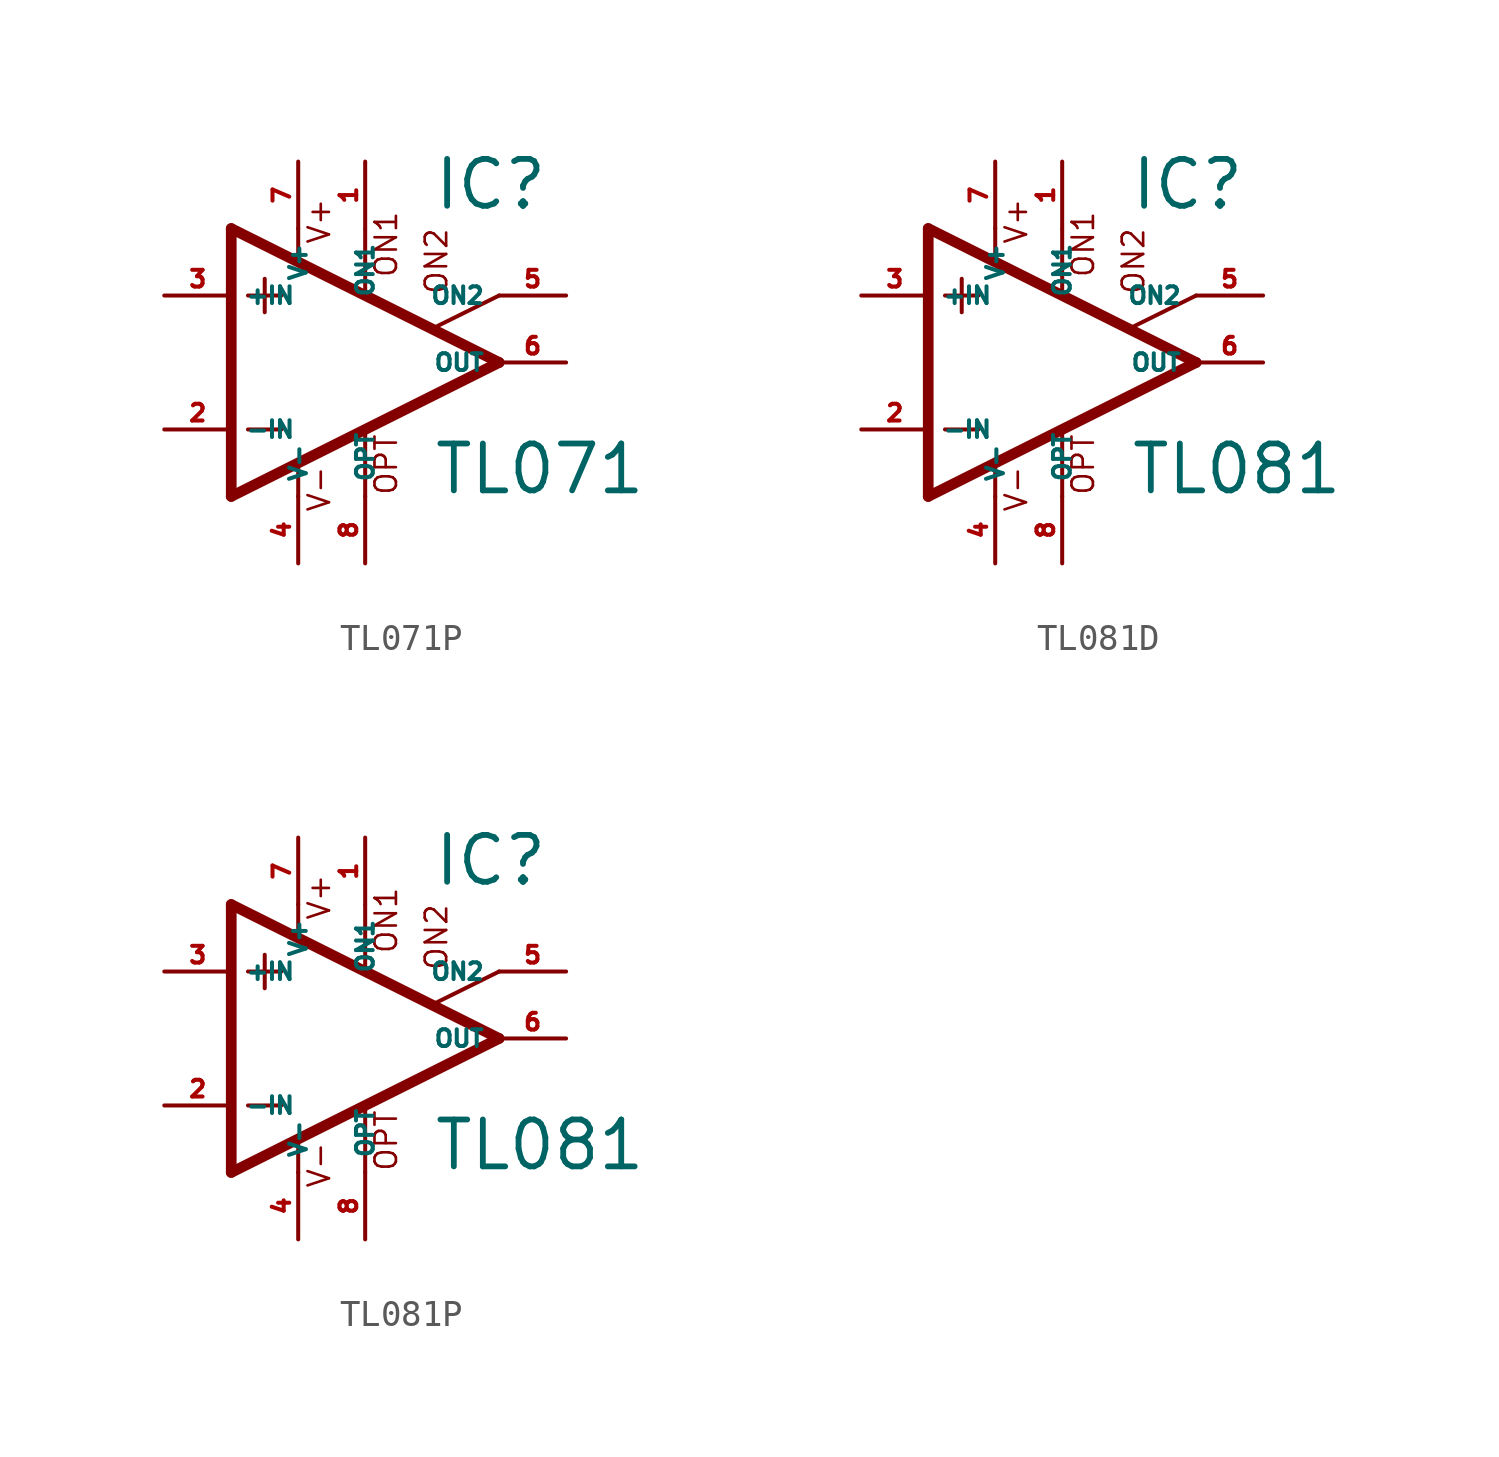
<source format=kicad_sym>
(kicad_symbol_lib
  (version 20220914)
  (generator Eagle2Kicad)
  (symbol "TL071P"
    (property "Reference" "IC"
      (at 2.54 5.715 0)
      (effects (font (size 1.778 1.778) (thickness 0.22)) (justify left bottom)))
    (property "Value" "TL071"
      (at 2.54 -5.08 0)
      (effects (font (size 1.778 1.778) (thickness 0.22)) (justify left bottom)))
    (polyline
      (pts (xy -3.81 3.175) (xy -3.81 1.905))
      (stroke (width 0.152) (type default))
      (fill (type none)))
    (polyline
      (pts (xy -4.445 2.54) (xy -3.175 2.54))
      (stroke (width 0.152) (type default))
      (fill (type none)))
    (polyline
      (pts (xy -4.445 -2.54) (xy -3.175 -2.54))
      (stroke (width 0.152) (type default))
      (fill (type none)))
    (polyline
      (pts (xy -2.54 5.08) (xy -2.54 3.886))
      (stroke (width 0.152) (type default))
      (fill (type none)))
    (polyline
      (pts (xy 0 5.055) (xy 0 2.616))
      (stroke (width 0.152) (type default))
      (fill (type none)))
    (polyline
      (pts (xy 0 -2.616) (xy 0 -5.08))
      (stroke (width 0.152) (type default))
      (fill (type none)))
    (polyline
      (pts (xy -2.54 -3.912) (xy -2.54 -5.08))
      (stroke (width 0.152) (type default))
      (fill (type none)))
    (polyline
      (pts (xy 5.08 2.54) (xy 2.616 1.321))
      (stroke (width 0.152) (type default))
      (fill (type none)))
    (polyline
      (pts (xy 5.08 0) (xy -5.08 5.08))
      (stroke (width 0.406) (type default))
      (fill (type none)))
    (polyline
      (pts (xy -5.08 5.08) (xy -5.08 -5.08))
      (stroke (width 0.406) (type default))
      (fill (type none)))
    (polyline
      (pts (xy -5.08 -5.08) (xy 5.08 0))
      (stroke (width 0.406) (type default))
      (fill (type none)))
    (text "ON1"
      (at 1.27 3.175 900)
      (effects (font (size 0.813 0.813) (thickness 0.10)) (justify left bottom)))
    (text "ON2"
      (at 3.175 2.54 900)
      (effects (font (size 0.813 0.813) (thickness 0.10)) (justify left bottom)))
    (text "OPT"
      (at 1.27 -5.08 900)
      (effects (font (size 0.813 0.813) (thickness 0.10)) (justify left bottom)))
    (text "V+"
      (at -1.27 4.445 900)
      (effects (font (size 0.813 0.813) (thickness 0.10)) (justify left bottom)))
    (text "V-"
      (at -1.27 -5.715 900)
      (effects (font (size 0.813 0.813) (thickness 0.10)) (justify left bottom)))
    (pin passive line
      (at 7.62 2.54 180)
      (length 2.54)
      (name "ON2" (effects (font (size 0.635 0.635) (thickness 0.08)) (justify left bottom)))
      (number "5" (effects (font (size 0.635 0.635) (thickness 0.08)) (justify left bottom))))
    (pin passive line
      (at 0 7.62 270)
      (length 2.54)
      (name "ON1" (effects (font (size 0.635 0.635) (thickness 0.08)) (justify left bottom)))
      (number "1" (effects (font (size 0.635 0.635) (thickness 0.08)) (justify left bottom))))
    (pin input line
      (at -7.62 -2.54 0)
      (length 2.54)
      (name "-IN" (effects (font (size 0.635 0.635) (thickness 0.08)) (justify left bottom)))
      (number "2" (effects (font (size 0.635 0.635) (thickness 0.08)) (justify left bottom))))
    (pin input line
      (at -7.62 2.54 0)
      (length 2.54)
      (name "+IN" (effects (font (size 0.635 0.635) (thickness 0.08)) (justify left bottom)))
      (number "3" (effects (font (size 0.635 0.635) (thickness 0.08)) (justify left bottom))))
    (pin output line
      (at 7.62 0 180)
      (length 2.54)
      (name "OUT" (effects (font (size 0.635 0.635) (thickness 0.08)) (justify left bottom)))
      (number "6" (effects (font (size 0.635 0.635) (thickness 0.08)) (justify left bottom))))
    (pin passive line
      (at 0 -7.62 90)
      (length 2.54)
      (name "OPT" (effects (font (size 0.635 0.635) (thickness 0.08)) (justify left bottom)))
      (number "8" (effects (font (size 0.635 0.635) (thickness 0.08)) (justify left bottom))))
    (pin unspecified line
      (at -2.54 7.62 270)
      (length 2.54)
      (name "V+" (effects (font (size 0.635 0.635) (thickness 0.08)) (justify left bottom)))
      (number "7" (effects (font (size 0.635 0.635) (thickness 0.08)) (justify left bottom))))
    (pin unspecified line
      (at -2.54 -7.62 90)
      (length 2.54)
      (name "V-" (effects (font (size 0.635 0.635) (thickness 0.08)) (justify left bottom)))
      (number "4" (effects (font (size 0.635 0.635) (thickness 0.08)) (justify left bottom)))))
  (symbol "TL081D"
    (property "Reference" "IC"
      (at 2.54 5.715 0)
      (effects (font (size 1.778 1.778) (thickness 0.22)) (justify left bottom)))
    (property "Value" "TL081"
      (at 2.54 -5.08 0)
      (effects (font (size 1.778 1.778) (thickness 0.22)) (justify left bottom)))
    (polyline
      (pts (xy -3.81 3.175) (xy -3.81 1.905))
      (stroke (width 0.152) (type default))
      (fill (type none)))
    (polyline
      (pts (xy -4.445 2.54) (xy -3.175 2.54))
      (stroke (width 0.152) (type default))
      (fill (type none)))
    (polyline
      (pts (xy -4.445 -2.54) (xy -3.175 -2.54))
      (stroke (width 0.152) (type default))
      (fill (type none)))
    (polyline
      (pts (xy -2.54 5.08) (xy -2.54 3.886))
      (stroke (width 0.152) (type default))
      (fill (type none)))
    (polyline
      (pts (xy 0 5.055) (xy 0 2.616))
      (stroke (width 0.152) (type default))
      (fill (type none)))
    (polyline
      (pts (xy 0 -2.616) (xy 0 -5.08))
      (stroke (width 0.152) (type default))
      (fill (type none)))
    (polyline
      (pts (xy -2.54 -3.912) (xy -2.54 -5.08))
      (stroke (width 0.152) (type default))
      (fill (type none)))
    (polyline
      (pts (xy 5.08 2.54) (xy 2.616 1.321))
      (stroke (width 0.152) (type default))
      (fill (type none)))
    (polyline
      (pts (xy 5.08 0) (xy -5.08 5.08))
      (stroke (width 0.406) (type default))
      (fill (type none)))
    (polyline
      (pts (xy -5.08 5.08) (xy -5.08 -5.08))
      (stroke (width 0.406) (type default))
      (fill (type none)))
    (polyline
      (pts (xy -5.08 -5.08) (xy 5.08 0))
      (stroke (width 0.406) (type default))
      (fill (type none)))
    (text "ON1"
      (at 1.27 3.175 900)
      (effects (font (size 0.813 0.813) (thickness 0.10)) (justify left bottom)))
    (text "ON2"
      (at 3.175 2.54 900)
      (effects (font (size 0.813 0.813) (thickness 0.10)) (justify left bottom)))
    (text "OPT"
      (at 1.27 -5.08 900)
      (effects (font (size 0.813 0.813) (thickness 0.10)) (justify left bottom)))
    (text "V+"
      (at -1.27 4.445 900)
      (effects (font (size 0.813 0.813) (thickness 0.10)) (justify left bottom)))
    (text "V-"
      (at -1.27 -5.715 900)
      (effects (font (size 0.813 0.813) (thickness 0.10)) (justify left bottom)))
    (pin passive line
      (at 7.62 2.54 180)
      (length 2.54)
      (name "ON2" (effects (font (size 0.635 0.635) (thickness 0.08)) (justify left bottom)))
      (number "5" (effects (font (size 0.635 0.635) (thickness 0.08)) (justify left bottom))))
    (pin passive line
      (at 0 7.62 270)
      (length 2.54)
      (name "ON1" (effects (font (size 0.635 0.635) (thickness 0.08)) (justify left bottom)))
      (number "1" (effects (font (size 0.635 0.635) (thickness 0.08)) (justify left bottom))))
    (pin input line
      (at -7.62 -2.54 0)
      (length 2.54)
      (name "-IN" (effects (font (size 0.635 0.635) (thickness 0.08)) (justify left bottom)))
      (number "2" (effects (font (size 0.635 0.635) (thickness 0.08)) (justify left bottom))))
    (pin input line
      (at -7.62 2.54 0)
      (length 2.54)
      (name "+IN" (effects (font (size 0.635 0.635) (thickness 0.08)) (justify left bottom)))
      (number "3" (effects (font (size 0.635 0.635) (thickness 0.08)) (justify left bottom))))
    (pin output line
      (at 7.62 0 180)
      (length 2.54)
      (name "OUT" (effects (font (size 0.635 0.635) (thickness 0.08)) (justify left bottom)))
      (number "6" (effects (font (size 0.635 0.635) (thickness 0.08)) (justify left bottom))))
    (pin passive line
      (at 0 -7.62 90)
      (length 2.54)
      (name "OPT" (effects (font (size 0.635 0.635) (thickness 0.08)) (justify left bottom)))
      (number "8" (effects (font (size 0.635 0.635) (thickness 0.08)) (justify left bottom))))
    (pin unspecified line
      (at -2.54 7.62 270)
      (length 2.54)
      (name "V+" (effects (font (size 0.635 0.635) (thickness 0.08)) (justify left bottom)))
      (number "7" (effects (font (size 0.635 0.635) (thickness 0.08)) (justify left bottom))))
    (pin unspecified line
      (at -2.54 -7.62 90)
      (length 2.54)
      (name "V-" (effects (font (size 0.635 0.635) (thickness 0.08)) (justify left bottom)))
      (number "4" (effects (font (size 0.635 0.635) (thickness 0.08)) (justify left bottom)))))
  (symbol "TL081P"
    (property "Reference" "IC"
      (at 2.54 5.715 0)
      (effects (font (size 1.778 1.778) (thickness 0.22)) (justify left bottom)))
    (property "Value" "TL081"
      (at 2.54 -5.08 0)
      (effects (font (size 1.778 1.778) (thickness 0.22)) (justify left bottom)))
    (polyline
      (pts (xy -3.81 3.175) (xy -3.81 1.905))
      (stroke (width 0.152) (type default))
      (fill (type none)))
    (polyline
      (pts (xy -4.445 2.54) (xy -3.175 2.54))
      (stroke (width 0.152) (type default))
      (fill (type none)))
    (polyline
      (pts (xy -4.445 -2.54) (xy -3.175 -2.54))
      (stroke (width 0.152) (type default))
      (fill (type none)))
    (polyline
      (pts (xy -2.54 5.08) (xy -2.54 3.886))
      (stroke (width 0.152) (type default))
      (fill (type none)))
    (polyline
      (pts (xy 0 5.055) (xy 0 2.616))
      (stroke (width 0.152) (type default))
      (fill (type none)))
    (polyline
      (pts (xy 0 -2.616) (xy 0 -5.08))
      (stroke (width 0.152) (type default))
      (fill (type none)))
    (polyline
      (pts (xy -2.54 -3.912) (xy -2.54 -5.08))
      (stroke (width 0.152) (type default))
      (fill (type none)))
    (polyline
      (pts (xy 5.08 2.54) (xy 2.616 1.321))
      (stroke (width 0.152) (type default))
      (fill (type none)))
    (polyline
      (pts (xy 5.08 0) (xy -5.08 5.08))
      (stroke (width 0.406) (type default))
      (fill (type none)))
    (polyline
      (pts (xy -5.08 5.08) (xy -5.08 -5.08))
      (stroke (width 0.406) (type default))
      (fill (type none)))
    (polyline
      (pts (xy -5.08 -5.08) (xy 5.08 0))
      (stroke (width 0.406) (type default))
      (fill (type none)))
    (text "ON1"
      (at 1.27 3.175 900)
      (effects (font (size 0.813 0.813) (thickness 0.10)) (justify left bottom)))
    (text "ON2"
      (at 3.175 2.54 900)
      (effects (font (size 0.813 0.813) (thickness 0.10)) (justify left bottom)))
    (text "OPT"
      (at 1.27 -5.08 900)
      (effects (font (size 0.813 0.813) (thickness 0.10)) (justify left bottom)))
    (text "V+"
      (at -1.27 4.445 900)
      (effects (font (size 0.813 0.813) (thickness 0.10)) (justify left bottom)))
    (text "V-"
      (at -1.27 -5.715 900)
      (effects (font (size 0.813 0.813) (thickness 0.10)) (justify left bottom)))
    (pin passive line
      (at 7.62 2.54 180)
      (length 2.54)
      (name "ON2" (effects (font (size 0.635 0.635) (thickness 0.08)) (justify left bottom)))
      (number "5" (effects (font (size 0.635 0.635) (thickness 0.08)) (justify left bottom))))
    (pin passive line
      (at 0 7.62 270)
      (length 2.54)
      (name "ON1" (effects (font (size 0.635 0.635) (thickness 0.08)) (justify left bottom)))
      (number "1" (effects (font (size 0.635 0.635) (thickness 0.08)) (justify left bottom))))
    (pin input line
      (at -7.62 -2.54 0)
      (length 2.54)
      (name "-IN" (effects (font (size 0.635 0.635) (thickness 0.08)) (justify left bottom)))
      (number "2" (effects (font (size 0.635 0.635) (thickness 0.08)) (justify left bottom))))
    (pin input line
      (at -7.62 2.54 0)
      (length 2.54)
      (name "+IN" (effects (font (size 0.635 0.635) (thickness 0.08)) (justify left bottom)))
      (number "3" (effects (font (size 0.635 0.635) (thickness 0.08)) (justify left bottom))))
    (pin output line
      (at 7.62 0 180)
      (length 2.54)
      (name "OUT" (effects (font (size 0.635 0.635) (thickness 0.08)) (justify left bottom)))
      (number "6" (effects (font (size 0.635 0.635) (thickness 0.08)) (justify left bottom))))
    (pin passive line
      (at 0 -7.62 90)
      (length 2.54)
      (name "OPT" (effects (font (size 0.635 0.635) (thickness 0.08)) (justify left bottom)))
      (number "8" (effects (font (size 0.635 0.635) (thickness 0.08)) (justify left bottom))))
    (pin unspecified line
      (at -2.54 7.62 270)
      (length 2.54)
      (name "V+" (effects (font (size 0.635 0.635) (thickness 0.08)) (justify left bottom)))
      (number "7" (effects (font (size 0.635 0.635) (thickness 0.08)) (justify left bottom))))
    (pin unspecified line
      (at -2.54 -7.62 90)
      (length 2.54)
      (name "V-" (effects (font (size 0.635 0.635) (thickness 0.08)) (justify left bottom)))
      (number "4" (effects (font (size 0.635 0.635) (thickness 0.08)) (justify left bottom))))))
</source>
